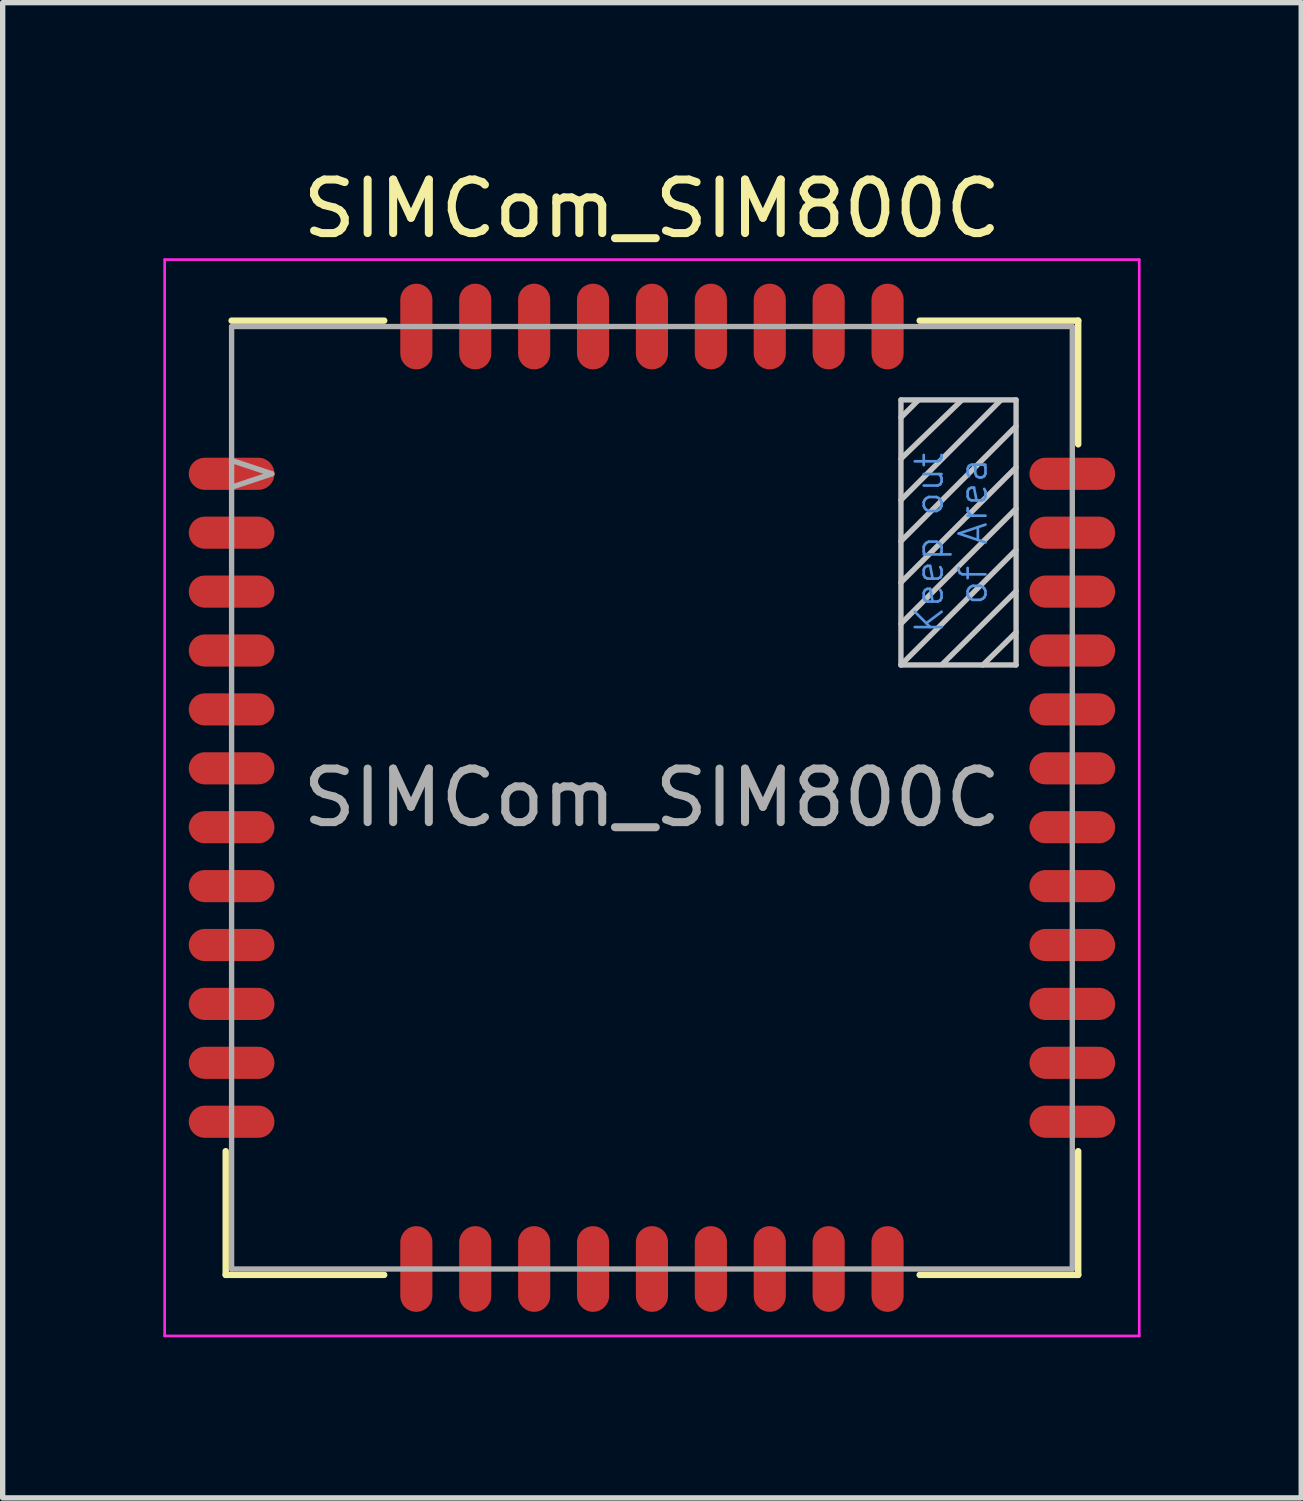
<source format=kicad_pcb>
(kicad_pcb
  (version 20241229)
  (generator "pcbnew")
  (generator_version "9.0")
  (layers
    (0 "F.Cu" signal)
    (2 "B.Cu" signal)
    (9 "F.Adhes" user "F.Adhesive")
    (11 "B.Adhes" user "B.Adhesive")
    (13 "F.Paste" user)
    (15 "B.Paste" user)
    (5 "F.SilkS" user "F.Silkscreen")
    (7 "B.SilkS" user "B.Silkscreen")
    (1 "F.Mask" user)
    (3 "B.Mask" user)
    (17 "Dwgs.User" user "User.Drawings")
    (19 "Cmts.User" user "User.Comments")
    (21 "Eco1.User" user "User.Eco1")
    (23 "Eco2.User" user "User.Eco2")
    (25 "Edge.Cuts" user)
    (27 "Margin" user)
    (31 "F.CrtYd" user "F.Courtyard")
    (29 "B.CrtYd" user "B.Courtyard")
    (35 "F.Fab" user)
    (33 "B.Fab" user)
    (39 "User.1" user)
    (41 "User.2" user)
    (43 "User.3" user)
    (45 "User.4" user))
  (footprint "SIMCom_SIM800C"
    (layer "F.Cu")
    (at 9.125 11.848)
    (property "Reference" "SIMCom_SIM800C" (at 0 -11 0) (layer "F.SilkS") (effects (font (size 1 1) (thickness 0.15))))
    (attr smd)
    (fp_line (start -7.96 8.91) (end -7.96 6.6) (stroke (width 0.12) (type solid)) (layer "F.SilkS"))
    (fp_line (start -7.96 8.91) (end -5 8.91) (stroke (width 0.12) (type solid)) (layer "F.SilkS"))
    (fp_line (start -7.85 -8.91) (end -5 -8.91) (stroke (width 0.12) (type solid)) (layer "F.SilkS"))
    (fp_line (start 7.96 -8.91) (end 5 -8.91) (stroke (width 0.12) (type solid)) (layer "F.SilkS"))
    (fp_line (start 7.96 -8.91) (end 7.96 -6.6) (stroke (width 0.12) (type solid)) (layer "F.SilkS"))
    (fp_line (start 7.96 8.91) (end 5 8.91) (stroke (width 0.12) (type solid)) (layer "F.SilkS"))
    (fp_line (start 7.96 8.91) (end 7.96 6.6) (stroke (width 0.12) (type solid)) (layer "F.SilkS"))
    (fp_line (start 4.65 -7.43) (end 4.65 -2.48) (stroke (width 0.1) (type solid)) (layer "Dwgs.User"))
    (fp_line (start 4.65 -7.43) (end 6.8 -7.43) (stroke (width 0.1) (type solid)) (layer "Dwgs.User"))
    (fp_line (start 4.65 -7.1) (end 4.97 -7.42) (stroke (width 0.1) (type solid)) (layer "Dwgs.User"))
    (fp_line (start 4.65 -6.33) (end 5.78 -7.42) (stroke (width 0.1) (type solid)) (layer "Dwgs.User"))
    (fp_line (start 4.65 -5.56) (end 6.51 -7.42) (stroke (width 0.1) (type solid)) (layer "Dwgs.User"))
    (fp_line (start 4.65 -4.79) (end 6.8 -6.94) (stroke (width 0.1) (type solid)) (layer "Dwgs.User"))
    (fp_line (start 4.65 -4.02) (end 6.8 -6.17) (stroke (width 0.1) (type solid)) (layer "Dwgs.User"))
    (fp_line (start 4.65 -3.25) (end 6.8 -5.4) (stroke (width 0.1) (type solid)) (layer "Dwgs.User"))
    (fp_line (start 4.65 -2.48) (end 6.8 -4.63) (stroke (width 0.1) (type solid)) (layer "Dwgs.User"))
    (fp_line (start 4.65 -2.48) (end 6.8 -2.48) (stroke (width 0.1) (type solid)) (layer "Dwgs.User"))
    (fp_line (start 5.415 -2.486) (end 6.8 -3.86) (stroke (width 0.1) (type solid)) (layer "Dwgs.User"))
    (fp_line (start 6.18 -2.48) (end 6.8 -3.09) (stroke (width 0.1) (type solid)) (layer "Dwgs.User"))
    (fp_line (start 6.8 -7.43) (end 6.8 -2.48) (stroke (width 0.1) (type solid)) (layer "Dwgs.User"))
    (fp_line (start -9.1 -10.05) (end -9.1 10.05) (stroke (width 0.05) (type solid)) (layer "F.CrtYd"))
    (fp_line (start -9.1 -10.05) (end 9.1 -10.05) (stroke (width 0.05) (type solid)) (layer "F.CrtYd"))
    (fp_line (start -9.1 10.05) (end 9.1 10.05) (stroke (width 0.05) (type solid)) (layer "F.CrtYd"))
    (fp_line (start 9.1 -10.05) (end 9.1 10.05) (stroke (width 0.05) (type solid)) (layer "F.CrtYd"))
    (fp_line (start -7.85 -8.8) (end -7.85 8.8) (stroke (width 0.1) (type solid)) (layer "F.Fab"))
    (fp_line (start -7.85 -8.8) (end 7.85 -8.8) (stroke (width 0.1) (type solid)) (layer "F.Fab"))
    (fp_line (start -7.85 -6.3) (end -7.1 -6.05) (stroke (width 0.1) (type solid)) (layer "F.Fab"))
    (fp_line (start -7.85 -5.8) (end -7.1 -6.05) (stroke (width 0.1) (type solid)) (layer "F.Fab"))
    (fp_line (start -7.85 8.8) (end 7.85 8.8) (stroke (width 0.1) (type solid)) (layer "F.Fab"))
    (fp_line (start 7.85 -8.8) (end 7.85 8.8) (stroke (width 0.1) (type solid)) (layer "F.Fab"))
    (fp_text user "of Area" (at 6 -4.97 90) (layer "Cmts.User") (effects (font (size 0.5 0.5) (thickness 0.05))))
    (fp_text user "Keep out " (at 5.18 -4.95 90) (layer "Cmts.User") (effects (font (size 0.5 0.5) (thickness 0.05))))
    (fp_text user "${REFERENCE}" (at 0 0 0) (layer "F.Fab") (effects (font (size 1 1) (thickness 0.15))))
    (pad "" smd oval (at -7.95 -6.05) (size 1.8 0.55) (layers "F.Paste"))
    (pad "" smd oval (at -7.95 -4.95) (size 1.8 0.55) (layers "F.Paste"))
    (pad "" smd oval (at -7.95 -3.85) (size 1.8 0.55) (layers "F.Paste"))
    (pad "" smd oval (at -7.95 -2.75) (size 1.8 0.55) (layers "F.Paste"))
    (pad "" smd oval (at -7.95 -1.65) (size 1.8 0.55) (layers "F.Paste"))
    (pad "" smd oval (at -7.95 -0.55) (size 1.8 0.55) (layers "F.Paste"))
    (pad "" smd oval (at -7.95 0.55) (size 1.8 0.55) (layers "F.Paste"))
    (pad "" smd oval (at -7.95 1.65) (size 1.8 0.55) (layers "F.Paste"))
    (pad "" smd oval (at -7.95 2.75) (size 1.8 0.55) (layers "F.Paste"))
    (pad "" smd oval (at -7.95 3.85) (size 1.8 0.55) (layers "F.Paste"))
    (pad "" smd oval (at -7.95 4.95) (size 1.8 0.55) (layers "F.Paste"))
    (pad "" smd oval (at -7.95 6.05) (size 1.8 0.55) (layers "F.Paste"))
    (pad "" smd oval (at -4.4 -8.9 90) (size 1.8 0.55) (layers "F.Paste"))
    (pad "" smd oval (at -4.4 8.9 90) (size 1.8 0.55) (layers "F.Paste"))
    (pad "" smd oval (at -3.3 -8.9 90) (size 1.8 0.55) (layers "F.Paste"))
    (pad "" smd oval (at -3.3 8.9 90) (size 1.8 0.55) (layers "F.Paste"))
    (pad "" smd oval (at -2.2 -8.9 90) (size 1.8 0.55) (layers "F.Paste"))
    (pad "" smd oval (at -2.2 8.9 90) (size 1.8 0.55) (layers "F.Paste"))
    (pad "" smd oval (at -1.1 -8.9 90) (size 1.8 0.55) (layers "F.Paste"))
    (pad "" smd oval (at -1.1 8.9 90) (size 1.8 0.55) (layers "F.Paste"))
    (pad "" smd oval (at 0 -8.9 90) (size 1.8 0.55) (layers "F.Paste"))
    (pad "" smd oval (at 0 8.9 90) (size 1.8 0.55) (layers "F.Paste"))
    (pad "" smd oval (at 1.1 -8.9 90) (size 1.8 0.55) (layers "F.Paste"))
    (pad "" smd oval (at 1.1 8.9 90) (size 1.8 0.55) (layers "F.Paste"))
    (pad "" smd oval (at 2.2 -8.9 90) (size 1.8 0.55) (layers "F.Paste"))
    (pad "" smd oval (at 2.2 8.9 90) (size 1.8 0.55) (layers "F.Paste"))
    (pad "" smd oval (at 3.3 -8.9 90) (size 1.8 0.55) (layers "F.Paste"))
    (pad "" smd oval (at 3.3 8.9 90) (size 1.8 0.55) (layers "F.Paste"))
    (pad "" smd oval (at 4.4 -8.9 90) (size 1.8 0.55) (layers "F.Paste"))
    (pad "" smd oval (at 4.4 8.9 90) (size 1.8 0.55) (layers "F.Paste"))
    (pad "" smd oval (at 7.95 -6.05) (size 1.8 0.55) (layers "F.Paste"))
    (pad "" smd oval (at 7.95 -4.95) (size 1.8 0.55) (layers "F.Paste"))
    (pad "" smd oval (at 7.95 -3.85) (size 1.8 0.55) (layers "F.Paste"))
    (pad "" smd oval (at 7.95 -2.75) (size 1.8 0.55) (layers "F.Paste"))
    (pad "" smd oval (at 7.95 -1.65) (size 1.8 0.55) (layers "F.Paste"))
    (pad "" smd oval (at 7.95 -0.55) (size 1.8 0.55) (layers "F.Paste"))
    (pad "" smd oval (at 7.95 0.55) (size 1.8 0.55) (layers "F.Paste"))
    (pad "" smd oval (at 7.95 1.65) (size 1.8 0.55) (layers "F.Paste"))
    (pad "" smd oval (at 7.95 2.75) (size 1.8 0.55) (layers "F.Paste"))
    (pad "" smd oval (at 7.95 3.85) (size 1.8 0.55) (layers "F.Paste"))
    (pad "" smd oval (at 7.95 4.95) (size 1.8 0.55) (layers "F.Paste"))
    (pad "" smd oval (at 7.95 6.05) (size 1.8 0.55) (layers "F.Paste"))
    (pad "1" smd oval (at -7.85 -6.05) (size 1.6 0.6) (layers "F.Cu" "F.Mask"))
    (pad "2" smd oval (at -7.85 -4.95) (size 1.6 0.6) (layers "F.Cu" "F.Mask"))
    (pad "3" smd oval (at -7.85 -3.85) (size 1.6 0.6) (layers "F.Cu" "F.Mask"))
    (pad "4" smd oval (at -7.85 -2.75) (size 1.6 0.6) (layers "F.Cu" "F.Mask"))
    (pad "5" smd oval (at -7.85 -1.65) (size 1.6 0.6) (layers "F.Cu" "F.Mask"))
    (pad "6" smd oval (at -7.85 -0.55) (size 1.6 0.6) (layers "F.Cu" "F.Mask"))
    (pad "7" smd oval (at -7.85 0.55) (size 1.6 0.6) (layers "F.Cu" "F.Mask"))
    (pad "8" smd oval (at -7.85 1.65) (size 1.6 0.6) (layers "F.Cu" "F.Mask"))
    (pad "9" smd oval (at -7.85 2.75) (size 1.6 0.6) (layers "F.Cu" "F.Mask"))
    (pad "10" smd oval (at -7.85 3.85) (size 1.6 0.6) (layers "F.Cu" "F.Mask"))
    (pad "11" smd oval (at -7.85 4.95) (size 1.6 0.6) (layers "F.Cu" "F.Mask"))
    (pad "12" smd oval (at -7.85 6.05) (size 1.6 0.6) (layers "F.Cu" "F.Mask"))
    (pad "13" smd oval (at -4.4 8.8) (size 0.6 1.6) (layers "F.Cu" "F.Mask"))
    (pad "14" smd oval (at -3.3 8.8) (size 0.6 1.6) (layers "F.Cu" "F.Mask"))
    (pad "15" smd oval (at -2.2 8.8) (size 0.6 1.6) (layers "F.Cu" "F.Mask"))
    (pad "16" smd oval (at -1.1 8.8) (size 0.6 1.6) (layers "F.Cu" "F.Mask"))
    (pad "17" smd oval (at 0 8.8) (size 0.6 1.6) (layers "F.Cu" "F.Mask"))
    (pad "18" smd oval (at 1.1 8.8) (size 0.6 1.6) (layers "F.Cu" "F.Mask"))
    (pad "19" smd oval (at 2.2 8.8) (size 0.6 1.6) (layers "F.Cu" "F.Mask"))
    (pad "20" smd oval (at 3.3 8.8) (size 0.6 1.6) (layers "F.Cu" "F.Mask"))
    (pad "21" smd oval (at 4.4 8.8) (size 0.6 1.6) (layers "F.Cu" "F.Mask"))
    (pad "22" smd oval (at 7.85 6.05) (size 1.6 0.6) (layers "F.Cu" "F.Mask"))
    (pad "23" smd oval (at 7.85 4.95) (size 1.6 0.6) (layers "F.Cu" "F.Mask"))
    (pad "24" smd oval (at 7.85 3.85) (size 1.6 0.6) (layers "F.Cu" "F.Mask"))
    (pad "25" smd oval (at 7.85 2.75) (size 1.6 0.6) (layers "F.Cu" "F.Mask"))
    (pad "26" smd oval (at 7.85 1.65) (size 1.6 0.6) (layers "F.Cu" "F.Mask"))
    (pad "27" smd oval (at 7.85 0.55) (size 1.6 0.6) (layers "F.Cu" "F.Mask"))
    (pad "28" smd oval (at 7.85 -0.55) (size 1.6 0.6) (layers "F.Cu" "F.Mask"))
    (pad "29" smd oval (at 7.85 -1.65) (size 1.6 0.6) (layers "F.Cu" "F.Mask"))
    (pad "30" smd oval (at 7.85 -2.75) (size 1.6 0.6) (layers "F.Cu" "F.Mask"))
    (pad "31" smd oval (at 7.85 -3.85) (size 1.6 0.6) (layers "F.Cu" "F.Mask"))
    (pad "32" smd oval (at 7.85 -4.95) (size 1.6 0.6) (layers "F.Cu" "F.Mask"))
    (pad "33" smd oval (at 7.85 -6.05) (size 1.6 0.6) (layers "F.Cu" "F.Mask"))
    (pad "34" smd oval (at 4.4 -8.8) (size 0.6 1.6) (layers "F.Cu" "F.Mask"))
    (pad "35" smd oval (at 3.3 -8.8) (size 0.6 1.6) (layers "F.Cu" "F.Mask"))
    (pad "36" smd oval (at 2.2 -8.8) (size 0.6 1.6) (layers "F.Cu" "F.Mask"))
    (pad "37" smd oval (at 1.1 -8.8) (size 0.6 1.6) (layers "F.Cu" "F.Mask"))
    (pad "38" smd oval (at 0 -8.8) (size 0.6 1.6) (layers "F.Cu" "F.Mask"))
    (pad "39" smd oval (at -1.1 -8.8) (size 0.6 1.6) (layers "F.Cu" "F.Mask"))
    (pad "40" smd oval (at -2.2 -8.8) (size 0.6 1.6) (layers "F.Cu" "F.Mask"))
    (pad "41" smd oval (at -3.3 -8.8) (size 0.6 1.6) (layers "F.Cu" "F.Mask"))
    (pad "42" smd oval (at -4.4 -8.8) (size 0.6 1.6) (layers "F.Cu" "F.Mask")))
  (gr_rect
    (start -3 -3)
    (end 21.25 24.923)
    (stroke (width 0.1) (type default))
    (fill no)
    (layer "Edge.Cuts")))
</source>
